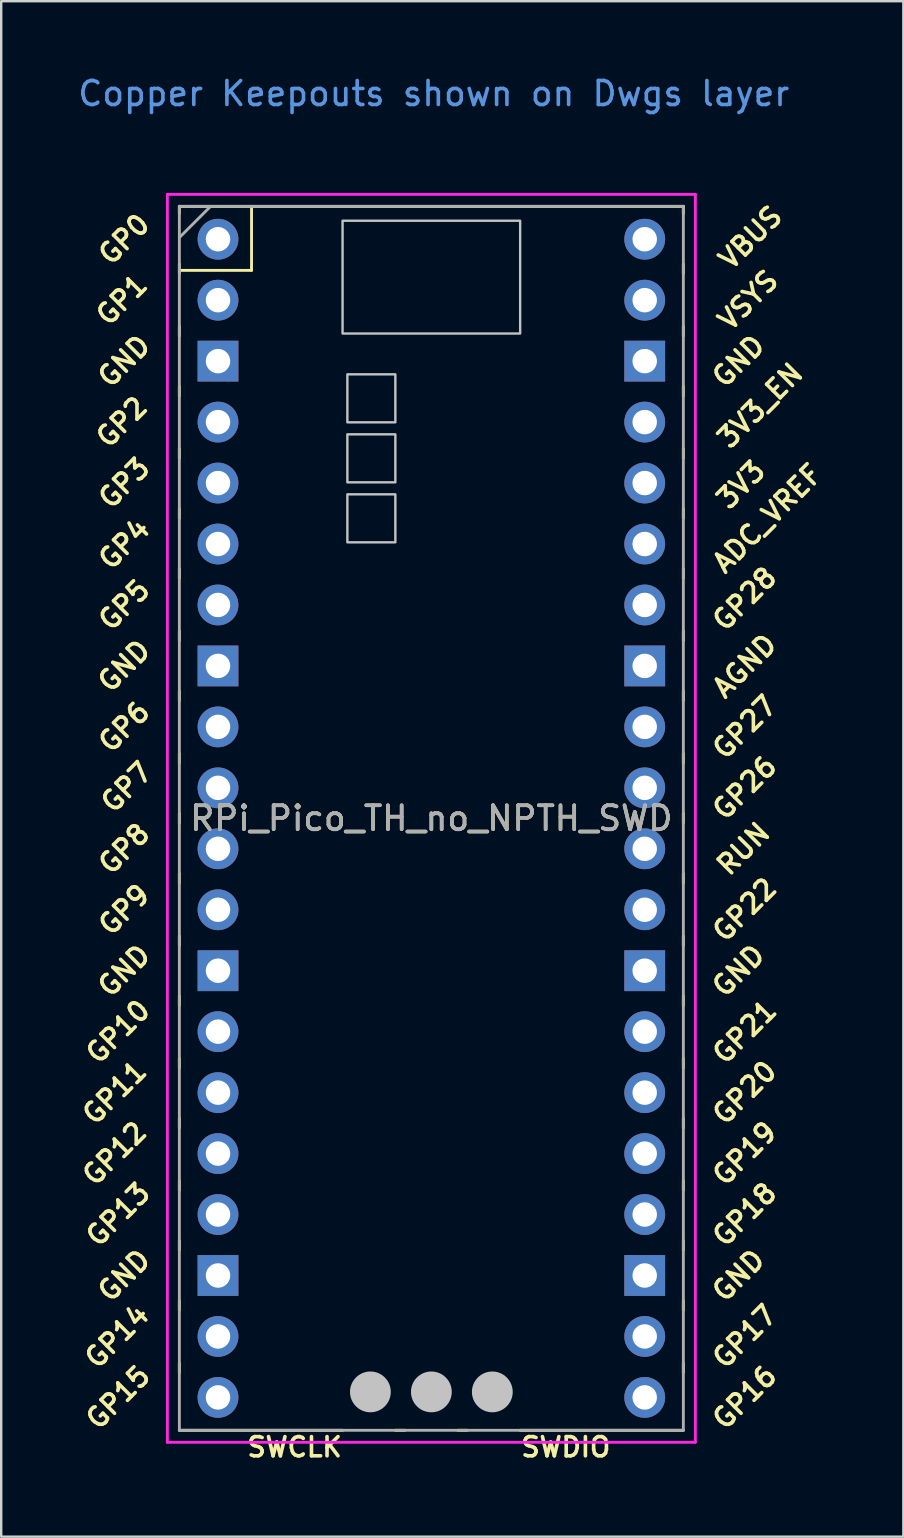
<source format=kicad_pcb>
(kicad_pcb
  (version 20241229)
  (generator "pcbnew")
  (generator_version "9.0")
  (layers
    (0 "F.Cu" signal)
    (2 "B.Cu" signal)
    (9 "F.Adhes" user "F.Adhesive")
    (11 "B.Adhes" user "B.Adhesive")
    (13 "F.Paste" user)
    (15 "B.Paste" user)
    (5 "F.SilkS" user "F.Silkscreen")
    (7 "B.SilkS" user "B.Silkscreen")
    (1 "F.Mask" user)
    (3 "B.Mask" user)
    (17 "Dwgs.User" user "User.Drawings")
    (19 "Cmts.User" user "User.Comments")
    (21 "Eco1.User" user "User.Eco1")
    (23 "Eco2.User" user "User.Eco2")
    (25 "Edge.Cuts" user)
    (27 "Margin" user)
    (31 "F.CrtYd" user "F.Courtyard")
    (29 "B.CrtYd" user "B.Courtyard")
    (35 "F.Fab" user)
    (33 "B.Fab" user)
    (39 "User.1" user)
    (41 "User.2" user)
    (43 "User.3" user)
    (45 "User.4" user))
  (footprint "RPi_Pico_TH_no_NPTH_SWD"
    (layer "F.Cu")
    (at 14.924 31.048)
    (property "Reference" "RPi_Pico_TH_no_NPTH_SWD" (at 0 0 180) (layer "F.SilkS") (effects (font (size 1 1) (thickness 0.15))))
    (attr through_hole)
    (fp_line (start -10.5 -25.5) (end -10.5 -25.2) (stroke (width 0.12) (type solid)) (layer "F.SilkS"))
    (fp_line (start -10.5 -25.5) (end 10.5 -25.5) (stroke (width 0.12) (type solid)) (layer "F.SilkS"))
    (fp_line (start -10.5 -23.1) (end -10.5 -22.7) (stroke (width 0.12) (type solid)) (layer "F.SilkS"))
    (fp_line (start -10.5 -22.833) (end -7.493 -22.833) (stroke (width 0.12) (type solid)) (layer "F.SilkS"))
    (fp_line (start -10.5 -20.5) (end -10.5 -20.1) (stroke (width 0.12) (type solid)) (layer "F.SilkS"))
    (fp_line (start -10.5 -18) (end -10.5 -17.6) (stroke (width 0.12) (type solid)) (layer "F.SilkS"))
    (fp_line (start -10.5 -15.4) (end -10.5 -15) (stroke (width 0.12) (type solid)) (layer "F.SilkS"))
    (fp_line (start -10.5 -12.9) (end -10.5 -12.5) (stroke (width 0.12) (type solid)) (layer "F.SilkS"))
    (fp_line (start -10.5 -10.4) (end -10.5 -10) (stroke (width 0.12) (type solid)) (layer "F.SilkS"))
    (fp_line (start -10.5 -7.8) (end -10.5 -7.4) (stroke (width 0.12) (type solid)) (layer "F.SilkS"))
    (fp_line (start -10.5 -5.3) (end -10.5 -4.9) (stroke (width 0.12) (type solid)) (layer "F.SilkS"))
    (fp_line (start -10.5 -2.7) (end -10.5 -2.3) (stroke (width 0.12) (type solid)) (layer "F.SilkS"))
    (fp_line (start -10.5 -0.2) (end -10.5 0.2) (stroke (width 0.12) (type solid)) (layer "F.SilkS"))
    (fp_line (start -10.5 2.3) (end -10.5 2.7) (stroke (width 0.12) (type solid)) (layer "F.SilkS"))
    (fp_line (start -10.5 4.9) (end -10.5 5.3) (stroke (width 0.12) (type solid)) (layer "F.SilkS"))
    (fp_line (start -10.5 7.4) (end -10.5 7.8) (stroke (width 0.12) (type solid)) (layer "F.SilkS"))
    (fp_line (start -10.5 10) (end -10.5 10.4) (stroke (width 0.12) (type solid)) (layer "F.SilkS"))
    (fp_line (start -10.5 12.5) (end -10.5 12.9) (stroke (width 0.12) (type solid)) (layer "F.SilkS"))
    (fp_line (start -10.5 15.1) (end -10.5 15.5) (stroke (width 0.12) (type solid)) (layer "F.SilkS"))
    (fp_line (start -10.5 17.6) (end -10.5 18) (stroke (width 0.12) (type solid)) (layer "F.SilkS"))
    (fp_line (start -10.5 20.1) (end -10.5 20.5) (stroke (width 0.12) (type solid)) (layer "F.SilkS"))
    (fp_line (start -10.5 22.7) (end -10.5 23.1) (stroke (width 0.12) (type solid)) (layer "F.SilkS"))
    (fp_line (start -7.493 -22.833) (end -7.493 -25.5) (stroke (width 0.12) (type solid)) (layer "F.SilkS"))
    (fp_line (start -3.7 25.5) (end -10.5 25.5) (stroke (width 0.12) (type solid)) (layer "F.SilkS"))
    (fp_line (start -1.5 25.5) (end -1.1 25.5) (stroke (width 0.12) (type solid)) (layer "F.SilkS"))
    (fp_line (start 1.1 25.5) (end 1.5 25.5) (stroke (width 0.12) (type solid)) (layer "F.SilkS"))
    (fp_line (start 10.5 -25.5) (end 10.5 -25.2) (stroke (width 0.12) (type solid)) (layer "F.SilkS"))
    (fp_line (start 10.5 -23.1) (end 10.5 -22.7) (stroke (width 0.12) (type solid)) (layer "F.SilkS"))
    (fp_line (start 10.5 -20.5) (end 10.5 -20.1) (stroke (width 0.12) (type solid)) (layer "F.SilkS"))
    (fp_line (start 10.5 -18) (end 10.5 -17.6) (stroke (width 0.12) (type solid)) (layer "F.SilkS"))
    (fp_line (start 10.5 -15.4) (end 10.5 -15) (stroke (width 0.12) (type solid)) (layer "F.SilkS"))
    (fp_line (start 10.5 -12.9) (end 10.5 -12.5) (stroke (width 0.12) (type solid)) (layer "F.SilkS"))
    (fp_line (start 10.5 -10.4) (end 10.5 -10) (stroke (width 0.12) (type solid)) (layer "F.SilkS"))
    (fp_line (start 10.5 -7.8) (end 10.5 -7.4) (stroke (width 0.12) (type solid)) (layer "F.SilkS"))
    (fp_line (start 10.5 -5.3) (end 10.5 -4.9) (stroke (width 0.12) (type solid)) (layer "F.SilkS"))
    (fp_line (start 10.5 -2.7) (end 10.5 -2.3) (stroke (width 0.12) (type solid)) (layer "F.SilkS"))
    (fp_line (start 10.5 -0.2) (end 10.5 0.2) (stroke (width 0.12) (type solid)) (layer "F.SilkS"))
    (fp_line (start 10.5 2.3) (end 10.5 2.7) (stroke (width 0.12) (type solid)) (layer "F.SilkS"))
    (fp_line (start 10.5 4.9) (end 10.5 5.3) (stroke (width 0.12) (type solid)) (layer "F.SilkS"))
    (fp_line (start 10.5 7.4) (end 10.5 7.8) (stroke (width 0.12) (type solid)) (layer "F.SilkS"))
    (fp_line (start 10.5 10) (end 10.5 10.4) (stroke (width 0.12) (type solid)) (layer "F.SilkS"))
    (fp_line (start 10.5 12.5) (end 10.5 12.9) (stroke (width 0.12) (type solid)) (layer "F.SilkS"))
    (fp_line (start 10.5 15.1) (end 10.5 15.5) (stroke (width 0.12) (type solid)) (layer "F.SilkS"))
    (fp_line (start 10.5 17.6) (end 10.5 18) (stroke (width 0.12) (type solid)) (layer "F.SilkS"))
    (fp_line (start 10.5 20.1) (end 10.5 20.5) (stroke (width 0.12) (type solid)) (layer "F.SilkS"))
    (fp_line (start 10.5 22.7) (end 10.5 23.1) (stroke (width 0.12) (type solid)) (layer "F.SilkS"))
    (fp_line (start 10.5 25.5) (end 3.7 25.5) (stroke (width 0.12) (type solid)) (layer "F.SilkS"))
    (fp_poly (pts (xy -1.5 -16.5) (xy -3.5 -16.5) (xy -3.5 -18.5) (xy -1.5 -18.5)) (stroke (width 0.1) (type solid)) (fill no) (layer "Dwgs.User"))
    (fp_poly (pts (xy -1.5 -14) (xy -3.5 -14) (xy -3.5 -16) (xy -1.5 -16)) (stroke (width 0.1) (type solid)) (fill no) (layer "Dwgs.User"))
    (fp_poly (pts (xy -1.5 -11.5) (xy -3.5 -11.5) (xy -3.5 -13.5) (xy -1.5 -13.5)) (stroke (width 0.1) (type solid)) (fill no) (layer "Dwgs.User"))
    (fp_poly (pts (xy 3.7 -20.2) (xy -3.7 -20.2) (xy -3.7 -24.9) (xy 3.7 -24.9)) (stroke (width 0.1) (type solid)) (fill no) (layer "Dwgs.User"))
    (fp_line (start -11 -26) (end 11 -26) (stroke (width 0.12) (type solid)) (layer "F.CrtYd"))
    (fp_line (start -11 26) (end -11 -26) (stroke (width 0.12) (type solid)) (layer "F.CrtYd"))
    (fp_line (start 11 -26) (end 11 26) (stroke (width 0.12) (type solid)) (layer "F.CrtYd"))
    (fp_line (start 11 26) (end -11 26) (stroke (width 0.12) (type solid)) (layer "F.CrtYd"))
    (fp_line (start -10.5 -25.5) (end 10.5 -25.5) (stroke (width 0.12) (type solid)) (layer "F.Fab"))
    (fp_line (start -10.5 -24.2) (end -9.2 -25.5) (stroke (width 0.12) (type solid)) (layer "F.Fab"))
    (fp_line (start -10.5 25.5) (end -10.5 -25.5) (stroke (width 0.12) (type solid)) (layer "F.Fab"))
    (fp_line (start 10.5 -25.5) (end 10.5 25.5) (stroke (width 0.12) (type solid)) (layer "F.Fab"))
    (fp_line (start 10.5 25.5) (end -10.5 25.5) (stroke (width 0.12) (type solid)) (layer "F.Fab"))
    (fp_text user "GP19" (at 13.054 13.97 45) (layer "F.SilkS") (effects (font (size 0.8 0.8) (thickness 0.15))))
    (fp_text user "GND" (at -12.8 -6.35 45) (layer "F.SilkS") (effects (font (size 0.8 0.8) (thickness 0.15))))
    (fp_text user "GP15" (at -13.054 24.13 45) (layer "F.SilkS") (effects (font (size 0.8 0.8) (thickness 0.15))))
    (fp_text user "GP3" (at -12.8 -13.97 45) (layer "F.SilkS") (effects (font (size 0.8 0.8) (thickness 0.15))))
    (fp_text user "GP10" (at -13.054 8.89 45) (layer "F.SilkS") (effects (font (size 0.8 0.8) (thickness 0.15))))
    (fp_text user "GND" (at -12.8 19.05 45) (layer "F.SilkS") (effects (font (size 0.8 0.8) (thickness 0.15))))
    (fp_text user "GP4" (at -12.8 -11.43 45) (layer "F.SilkS") (effects (font (size 0.8 0.8) (thickness 0.15))))
    (fp_text user "VSYS" (at 13.2 -21.59 45) (layer "F.SilkS") (effects (font (size 0.8 0.8) (thickness 0.15))))
    (fp_text user "GP14" (at -13.1 21.59 45) (layer "F.SilkS") (effects (font (size 0.8 0.8) (thickness 0.15))))
    (fp_text user "GP20" (at 13.054 11.43 45) (layer "F.SilkS") (effects (font (size 0.8 0.8) (thickness 0.15))))
    (fp_text user "GP5" (at -12.8 -8.89 45) (layer "F.SilkS") (effects (font (size 0.8 0.8) (thickness 0.15))))
    (fp_text user "GP18" (at 13.054 16.51 45) (layer "F.SilkS") (effects (font (size 0.8 0.8) (thickness 0.15))))
    (fp_text user "GP9" (at -12.8 3.81 45) (layer "F.SilkS") (effects (font (size 0.8 0.8) (thickness 0.15))))
    (fp_text user "RUN" (at 13 1.27 45) (layer "F.SilkS") (effects (font (size 0.8 0.8) (thickness 0.15))))
    (fp_text user "GP1" (at -12.9 -21.6 45) (layer "F.SilkS") (effects (font (size 0.8 0.8) (thickness 0.15))))
    (fp_text user "GP0" (at -12.8 -24.13 45) (layer "F.SilkS") (effects (font (size 0.8 0.8) (thickness 0.15))))
    (fp_text user "GP22" (at 13.054 3.81 45) (layer "F.SilkS") (effects (font (size 0.8 0.8) (thickness 0.15))))
    (fp_text user "GP8" (at -12.8 1.27 45) (layer "F.SilkS") (effects (font (size 0.8 0.8) (thickness 0.15))))
    (fp_text user "GND" (at -12.8 6.35 45) (layer "F.SilkS") (effects (font (size 0.8 0.8) (thickness 0.15))))
    (fp_text user "GND" (at 12.8 19.05 45) (layer "F.SilkS") (effects (font (size 0.8 0.8) (thickness 0.15))))
    (fp_text user "GP21" (at 13.054 8.9 45) (layer "F.SilkS") (effects (font (size 0.8 0.8) (thickness 0.15))))
    (fp_text user "GP17" (at 13.054 21.59 45) (layer "F.SilkS") (effects (font (size 0.8 0.8) (thickness 0.15))))
    (fp_text user "GND" (at -12.8 -19.05 45) (layer "F.SilkS") (effects (font (size 0.8 0.8) (thickness 0.15))))
    (fp_text user "GP27" (at 13.054 -3.8 45) (layer "F.SilkS") (effects (font (size 0.8 0.8) (thickness 0.15))))
    (fp_text user "3V3_EN" (at 13.7 -17.2 45) (layer "F.SilkS") (effects (font (size 0.8 0.8) (thickness 0.15))))
    (fp_text user "GP2" (at -12.9 -16.51 45) (layer "F.SilkS") (effects (font (size 0.8 0.8) (thickness 0.15))))
    (fp_text user "GND" (at 12.8 6.35 45) (layer "F.SilkS") (effects (font (size 0.8 0.8) (thickness 0.15))))
    (fp_text user "GP6" (at -12.8 -3.81 45) (layer "F.SilkS") (effects (font (size 0.8 0.8) (thickness 0.15))))
    (fp_text user "VBUS" (at 13.3 -24.2 45) (layer "F.SilkS") (effects (font (size 0.8 0.8) (thickness 0.15))))
    (fp_text user "GP7" (at -12.7 -1.3 45) (layer "F.SilkS") (effects (font (size 0.8 0.8) (thickness 0.15))))
    (fp_text user "SWCLK" (at -5.7 26.2 180) (layer "F.SilkS") (effects (font (size 0.8 0.8) (thickness 0.15))))
    (fp_text user "GP28" (at 13.054 -9.144 45) (layer "F.SilkS") (effects (font (size 0.8 0.8) (thickness 0.15))))
    (fp_text user "GP12" (at -13.2 13.97 45) (layer "F.SilkS") (effects (font (size 0.8 0.8) (thickness 0.15))))
    (fp_text user "GND" (at 12.8 -19.05 45) (layer "F.SilkS") (effects (font (size 0.8 0.8) (thickness 0.15))))
    (fp_text user "GP26" (at 13.054 -1.27 45) (layer "F.SilkS") (effects (font (size 0.8 0.8) (thickness 0.15))))
    (fp_text user "GP16" (at 13.054 24.13 45) (layer "F.SilkS") (effects (font (size 0.8 0.8) (thickness 0.15))))
    (fp_text user "ADC_VREF" (at 14 -12.5 45) (layer "F.SilkS") (effects (font (size 0.8 0.8) (thickness 0.15))))
    (fp_text user "3V3" (at 12.9 -13.9 45) (layer "F.SilkS") (effects (font (size 0.8 0.8) (thickness 0.15))))
    (fp_text user "GP11" (at -13.2 11.43 45) (layer "F.SilkS") (effects (font (size 0.8 0.8) (thickness 0.15))))
    (fp_text user "GP13" (at -13.054 16.51 45) (layer "F.SilkS") (effects (font (size 0.8 0.8) (thickness 0.15))))
    (fp_text user "SWDIO" (at 5.6 26.2 180) (layer "F.SilkS") (effects (font (size 0.8 0.8) (thickness 0.15))))
    (fp_text user "AGND" (at 13.054 -6.35 45) (layer "F.SilkS") (effects (font (size 0.8 0.8) (thickness 0.15))))
    (fp_text user "Copper Keepouts shown on Dwgs layer" (at 0.1 -30.2 180) (layer "Cmts.User") (effects (font (size 1 1) (thickness 0.15))))
    (fp_text user "${REFERENCE}" (at 0 0 0) (layer "F.Fab") (effects (font (size 1 1) (thickness 0.15))))
    (pad "" smd oval (at -2.54 23.9) (size 1.7 1.7) (layers "Dwgs.User"))
    (pad "" smd circle (at 0 23.9) (size 1.7 1.7) (layers "Dwgs.User"))
    (pad "" smd oval (at 2.54 23.9) (size 1.7 1.7) (layers "Dwgs.User"))
    (pad "1" thru_hole oval (at -8.89 -24.13) (size 1.7 1.7) (drill 1.02) (layers "*.Cu" "*.Mask"))
    (pad "2" thru_hole oval (at -8.89 -21.59) (size 1.7 1.7) (drill 1.02) (layers "*.Cu" "*.Mask"))
    (pad "3" thru_hole rect (at -8.89 -19.05) (size 1.7 1.7) (drill 1.02) (layers "*.Cu" "*.Mask"))
    (pad "4" thru_hole oval (at -8.89 -16.51) (size 1.7 1.7) (drill 1.02) (layers "*.Cu" "*.Mask"))
    (pad "5" thru_hole oval (at -8.89 -13.97) (size 1.7 1.7) (drill 1.02) (layers "*.Cu" "*.Mask"))
    (pad "6" thru_hole oval (at -8.89 -11.43) (size 1.7 1.7) (drill 1.02) (layers "*.Cu" "*.Mask"))
    (pad "7" thru_hole oval (at -8.89 -8.89) (size 1.7 1.7) (drill 1.02) (layers "*.Cu" "*.Mask"))
    (pad "8" thru_hole rect (at -8.89 -6.35) (size 1.7 1.7) (drill 1.02) (layers "*.Cu" "*.Mask"))
    (pad "9" thru_hole oval (at -8.89 -3.81) (size 1.7 1.7) (drill 1.02) (layers "*.Cu" "*.Mask"))
    (pad "10" thru_hole oval (at -8.89 -1.27) (size 1.7 1.7) (drill 1.02) (layers "*.Cu" "*.Mask"))
    (pad "11" thru_hole oval (at -8.89 1.27) (size 1.7 1.7) (drill 1.02) (layers "*.Cu" "*.Mask"))
    (pad "12" thru_hole oval (at -8.89 3.81) (size 1.7 1.7) (drill 1.02) (layers "*.Cu" "*.Mask"))
    (pad "13" thru_hole rect (at -8.89 6.35) (size 1.7 1.7) (drill 1.02) (layers "*.Cu" "*.Mask"))
    (pad "14" thru_hole oval (at -8.89 8.89) (size 1.7 1.7) (drill 1.02) (layers "*.Cu" "*.Mask"))
    (pad "15" thru_hole oval (at -8.89 11.43) (size 1.7 1.7) (drill 1.02) (layers "*.Cu" "*.Mask"))
    (pad "16" thru_hole oval (at -8.89 13.97) (size 1.7 1.7) (drill 1.02) (layers "*.Cu" "*.Mask"))
    (pad "17" thru_hole oval (at -8.89 16.51) (size 1.7 1.7) (drill 1.02) (layers "*.Cu" "*.Mask"))
    (pad "18" thru_hole rect (at -8.89 19.05) (size 1.7 1.7) (drill 1.02) (layers "*.Cu" "*.Mask"))
    (pad "19" thru_hole oval (at -8.89 21.59) (size 1.7 1.7) (drill 1.02) (layers "*.Cu" "*.Mask"))
    (pad "20" thru_hole oval (at -8.89 24.13) (size 1.7 1.7) (drill 1.02) (layers "*.Cu" "*.Mask"))
    (pad "21" thru_hole oval (at 8.89 24.13) (size 1.7 1.7) (drill 1.02) (layers "*.Cu" "*.Mask"))
    (pad "22" thru_hole oval (at 8.89 21.59) (size 1.7 1.7) (drill 1.02) (layers "*.Cu" "*.Mask"))
    (pad "23" thru_hole rect (at 8.89 19.05) (size 1.7 1.7) (drill 1.02) (layers "*.Cu" "*.Mask"))
    (pad "24" thru_hole oval (at 8.89 16.51) (size 1.7 1.7) (drill 1.02) (layers "*.Cu" "*.Mask"))
    (pad "25" thru_hole oval (at 8.89 13.97) (size 1.7 1.7) (drill 1.02) (layers "*.Cu" "*.Mask"))
    (pad "26" thru_hole oval (at 8.89 11.43) (size 1.7 1.7) (drill 1.02) (layers "*.Cu" "*.Mask"))
    (pad "27" thru_hole oval (at 8.89 8.89) (size 1.7 1.7) (drill 1.02) (layers "*.Cu" "*.Mask"))
    (pad "28" thru_hole rect (at 8.89 6.35) (size 1.7 1.7) (drill 1.02) (layers "*.Cu" "*.Mask"))
    (pad "29" thru_hole oval (at 8.89 3.81) (size 1.7 1.7) (drill 1.02) (layers "*.Cu" "*.Mask"))
    (pad "30" thru_hole oval (at 8.89 1.27) (size 1.7 1.7) (drill 1.02) (layers "*.Cu" "*.Mask"))
    (pad "31" thru_hole oval (at 8.89 -1.27) (size 1.7 1.7) (drill 1.02) (layers "*.Cu" "*.Mask"))
    (pad "32" thru_hole oval (at 8.89 -3.81) (size 1.7 1.7) (drill 1.02) (layers "*.Cu" "*.Mask"))
    (pad "33" thru_hole rect (at 8.89 -6.35) (size 1.7 1.7) (drill 1.02) (layers "*.Cu" "*.Mask"))
    (pad "34" thru_hole oval (at 8.89 -8.89) (size 1.7 1.7) (drill 1.02) (layers "*.Cu" "*.Mask"))
    (pad "35" thru_hole oval (at 8.89 -11.43) (size 1.7 1.7) (drill 1.02) (layers "*.Cu" "*.Mask"))
    (pad "36" thru_hole oval (at 8.89 -13.97) (size 1.7 1.7) (drill 1.02) (layers "*.Cu" "*.Mask"))
    (pad "37" thru_hole oval (at 8.89 -16.51) (size 1.7 1.7) (drill 1.02) (layers "*.Cu" "*.Mask"))
    (pad "38" thru_hole rect (at 8.89 -19.05) (size 1.7 1.7) (drill 1.02) (layers "*.Cu" "*.Mask"))
    (pad "39" thru_hole oval (at 8.89 -21.59) (size 1.7 1.7) (drill 1.02) (layers "*.Cu" "*.Mask"))
    (pad "40" thru_hole oval (at 8.89 -24.13) (size 1.7 1.7) (drill 1.02) (layers "*.Cu" "*.Mask")))
  (gr_rect
    (start -3 -3)
    (end 34.591 60.98)
    (stroke (width 0.1) (type default))
    (fill no)
    (layer "Edge.Cuts")))
</source>
